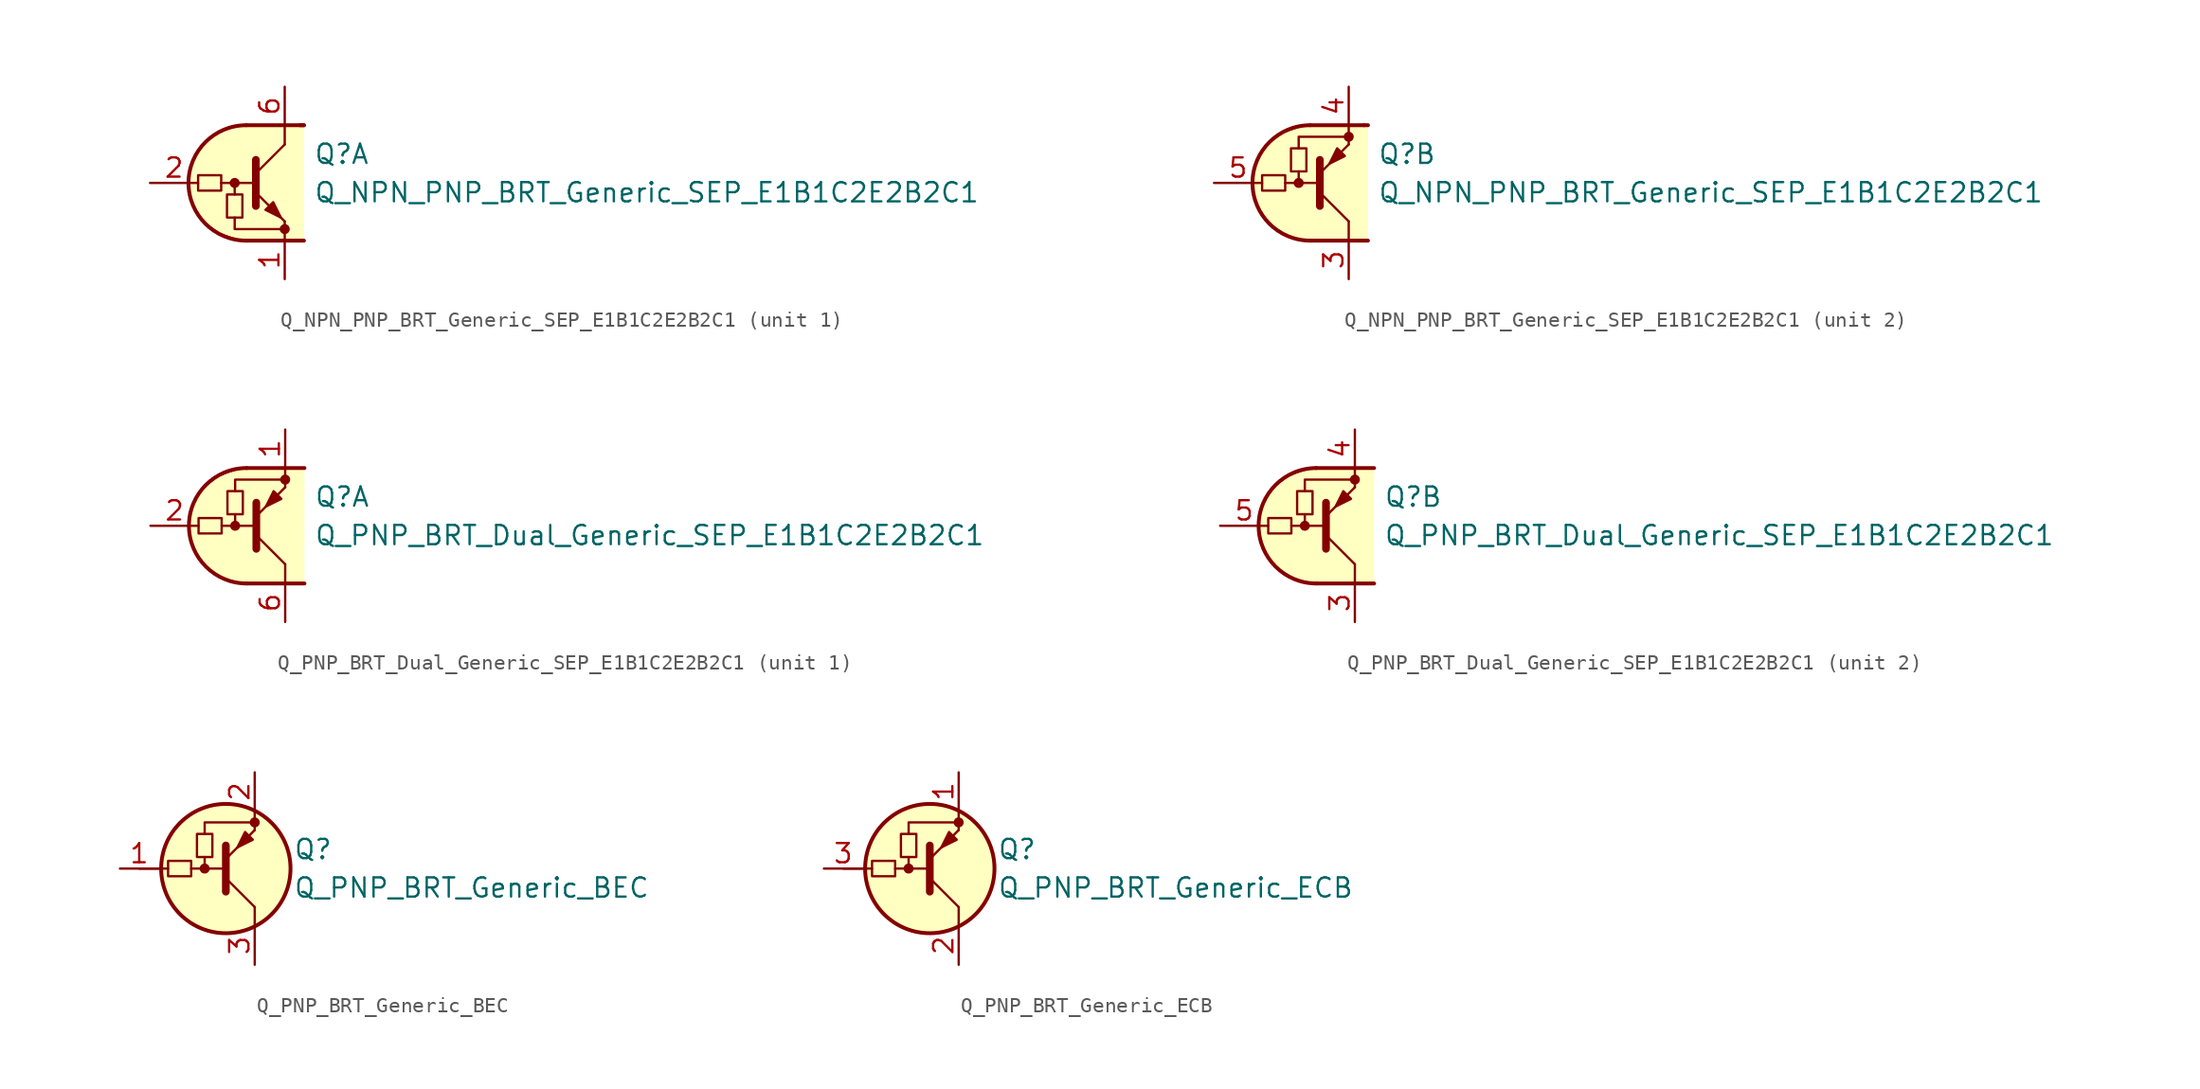
<source format=kicad_sym>
(kicad_symbol_lib
  (version 20211014)
  (generator kicad_symbol_editor)
  (symbol "Transistor_BJT_Pre-Biased:Q_NPN_PNP_BRT_Generic_SEP_E1B1C2E2B2C1"
    (pin_names
      (offset 1.016) hide)
    (property "Reference" "Q"
      (at 3.175 1.905 0)
      (effects (font (size 1.27 1.27)) (justify left)))
    (property "Value" "Q_NPN_PNP_BRT_Generic_SEP_E1B1C2E2B2C1"
      (at 3.175 -0.635 0)
      (effects (font (size 1.27 1.27)) (justify left)))
    (property "ki_locked" ""
      (at 0 0 0)
      (effects (font (size 1.27 1.27))))
    (symbol "Q_NPN_PNP_BRT_Generic_SEP_E1B1C2E2B2C1_0_1"
      (polyline (pts (xy 2.286 3.81) (xy 2.54 3.81)) (stroke (width 0.254) (type default) (color 0 0 0 0)) (fill (type none))))
    (symbol "Q_NPN_PNP_BRT_Generic_SEP_E1B1C2E2B2C1_1_1"
      (rectangle (start -4.445 0.508) (end -2.921 -0.508) (stroke (width 0) (type default) (color 0 0 0 0)) (fill (type none)))
      (rectangle (start -2.54 -2.286) (end -1.524 -0.762) (stroke (width 0) (type default) (color 0 0 0 0)) (fill (type none)))
      (circle (center -2.032 0) (radius 0.254) (stroke (width 0)) (stroke (width 0) (type default) (color 0 0 0 0)) (fill (type outline)))
      (arc (start -1.27 3.81) (mid -5.08 0) (end -1.27 -3.81) (stroke (width 0.254) (type default) (color 0 0 0 0)) (fill (type none)))
      (polyline (pts (xy -2.921 0) (xy -0.635 0)) (stroke (width 0) (type default) (color 0 0 0 0)) (fill (type none)))
      (polyline (pts (xy -2.032 -0.762) (xy -2.032 0)) (stroke (width 0) (type default) (color 0 0 0 0)) (fill (type none)))
      (polyline (pts (xy -1.27 -3.81) (xy 2.54 -3.81)) (stroke (width 0.254) (type default) (color 0 0 0 0)) (fill (type none)))
      (polyline (pts (xy -1.27 3.81) (xy 2.54 3.81)) (stroke (width 0.254) (type default) (color 0 0 0 0)) (fill (type none)))
      (polyline (pts (xy -0.635 0.635) (xy 1.27 2.54)) (stroke (width 0) (type default) (color 0 0 0 0)) (fill (type none)))
      (polyline (pts (xy -0.635 1.524) (xy -0.635 -1.524)) (stroke (width 0.508) (type default) (color 0 0 0 0)) (fill (type none)))
      (polyline (pts (xy 1.27 -3.81) (xy 1.27 -2.54)) (stroke (width 0) (type default) (color 0 0 0 0)) (fill (type none)))
      (polyline (pts (xy 1.27 2.54) (xy 1.27 3.81)) (stroke (width 0) (type default) (color 0 0 0 0)) (fill (type none)))
      (polyline (pts (xy -2.032 -2.286) (xy -2.032 -3.048) (xy 1.27 -3.048)) (stroke (width 0) (type default) (color 0 0 0 0)) (fill (type none)))
      (polyline (pts (xy -0.635 -0.635) (xy 1.27 -2.54) (xy 1.27 -2.54)) (stroke (width 0) (type default) (color 0 0 0 0)) (fill (type none)))
      (polyline (pts (xy 0 -1.778) (xy 0.508 -1.27) (xy 1.016 -2.286) (xy 0 -1.778) (xy 0 -1.778)) (stroke (width 0) (type default) (color 0 0 0 0)) (fill (type outline)))
      (polyline (pts (xy 2.54 3.81) (xy -1.524 3.81) (xy -3.302 3.302) (xy -4.064 2.54) (xy -4.826 1.524) (xy -5.08 0) (xy -4.826 -1.524) (xy -4.064 -2.54) (xy -3.048 -3.302) (xy -1.524 -3.81) (xy 2.54 -3.81)) (stroke (width 0.025) (type default) (color 0 0 0 0)) (fill (type background)))
      (circle (center 1.27 -3.048) (radius 0.254) (stroke (width 0)) (stroke (width 0) (type default) (color 0 0 0 0)) (fill (type outline)))
      (pin passive line (at 1.27 -6.35 90) (length 2.54) (name "E1" (effects (font (size 1.27 1.27)))) (number "1" (effects (font (size 1.27 1.27)))))
      (pin input line (at -7.62 0 0) (length 3.175) (name "B1" (effects (font (size 1.27 1.27)))) (number "2" (effects (font (size 1.27 1.27)))))
      (pin passive line (at 1.27 6.35 270) (length 2.54) (name "C1" (effects (font (size 1.27 1.27)))) (number "6" (effects (font (size 1.27 1.27))))))
    (symbol "Q_NPN_PNP_BRT_Generic_SEP_E1B1C2E2B2C1_2_1"
      (rectangle (start -4.445 -0.508) (end -2.921 0.508) (stroke (width 0) (type default) (color 0 0 0 0)) (fill (type none)))
      (rectangle (start -2.54 2.286) (end -1.524 0.762) (stroke (width 0) (type default) (color 0 0 0 0)) (fill (type none)))
      (circle (center -2.032 0) (radius 0.254) (stroke (width 0)) (stroke (width 0) (type default) (color 0 0 0 0)) (fill (type outline)))
      (arc (start -1.27 3.81) (mid -5.08 0) (end -1.27 -3.81) (stroke (width 0.254) (type default) (color 0 0 0 0)) (fill (type none)))
      (polyline (pts (xy -2.921 0) (xy -0.635 0)) (stroke (width 0) (type default) (color 0 0 0 0)) (fill (type none)))
      (polyline (pts (xy -2.032 0.762) (xy -2.032 0)) (stroke (width 0) (type default) (color 0 0 0 0)) (fill (type none)))
      (polyline (pts (xy -1.27 -3.81) (xy 2.54 -3.81)) (stroke (width 0.254) (type default) (color 0 0 0 0)) (fill (type none)))
      (polyline (pts (xy -1.27 3.81) (xy 2.286 3.81)) (stroke (width 0.254) (type default) (color 0 0 0 0)) (fill (type none)))
      (polyline (pts (xy -0.635 -1.524) (xy -0.635 1.524)) (stroke (width 0.508) (type default) (color 0 0 0 0)) (fill (type none)))
      (polyline (pts (xy -0.635 -0.635) (xy 1.27 -2.54)) (stroke (width 0) (type default) (color 0 0 0 0)) (fill (type none)))
      (polyline (pts (xy 1.27 -2.54) (xy 1.27 -3.81)) (stroke (width 0) (type default) (color 0 0 0 0)) (fill (type none)))
      (polyline (pts (xy 1.27 3.81) (xy 1.27 2.54)) (stroke (width 0) (type default) (color 0 0 0 0)) (fill (type none)))
      (polyline (pts (xy -2.032 2.286) (xy -2.032 3.048) (xy 1.27 3.048)) (stroke (width 0) (type default) (color 0 0 0 0)) (fill (type none)))
      (polyline (pts (xy -0.635 0.635) (xy 1.27 2.54) (xy 1.27 2.54)) (stroke (width 0) (type default) (color 0 0 0 0)) (fill (type none)))
      (polyline (pts (xy 1.016 1.778) (xy 0.508 2.286) (xy 0 1.27) (xy 1.016 1.778) (xy 1.016 1.778)) (stroke (width 0) (type default) (color 0 0 0 0)) (fill (type outline)))
      (polyline (pts (xy 2.54 -3.81) (xy -1.524 -3.81) (xy -3.302 -3.302) (xy -4.064 -2.54) (xy -4.826 -1.524) (xy -5.08 0) (xy -4.826 1.524) (xy -4.064 2.54) (xy -3.048 3.302) (xy -1.524 3.81) (xy 2.54 3.81)) (stroke (width 0.025) (type default) (color 0 0 0 0)) (fill (type background)))
      (circle (center 1.27 3.048) (radius 0.254) (stroke (width 0)) (stroke (width 0) (type default) (color 0 0 0 0)) (fill (type outline)))
      (pin passive line (at 1.27 -6.35 90) (length 2.54) (name "C2" (effects (font (size 1.27 1.27)))) (number "3" (effects (font (size 1.27 1.27)))))
      (pin passive line (at 1.27 6.35 270) (length 2.54) (name "E2" (effects (font (size 1.27 1.27)))) (number "4" (effects (font (size 1.27 1.27)))))
      (pin input line (at -7.62 0 0) (length 3.175) (name "B2" (effects (font (size 1.27 1.27)))) (number "5" (effects (font (size 1.27 1.27)))))))
  (symbol "Transistor_BJT_Pre-Biased:Q_PNP_BRT_Dual_Generic_SEP_E1B1C2E2B2C1"
    (pin_names
      (offset 1.016) hide)
    (property "Reference" "Q"
      (at 3.175 1.905 0)
      (effects (font (size 1.27 1.27)) (justify left)))
    (property "Value" "Q_PNP_BRT_Dual_Generic_SEP_E1B1C2E2B2C1"
      (at 3.175 -0.635 0)
      (effects (font (size 1.27 1.27)) (justify left)))
    (property "ki_locked" ""
      (at 0 0 0)
      (effects (font (size 1.27 1.27))))
    (symbol "Q_PNP_BRT_Dual_Generic_SEP_E1B1C2E2B2C1_1_1"
      (rectangle (start -4.445 -0.508) (end -2.921 0.508) (stroke (width 0) (type default) (color 0 0 0 0)) (fill (type none)))
      (rectangle (start -2.54 2.286) (end -1.524 0.762) (stroke (width 0) (type default) (color 0 0 0 0)) (fill (type none)))
      (circle (center -2.032 0) (radius 0.254) (stroke (width 0)) (stroke (width 0) (type default) (color 0 0 0 0)) (fill (type outline)))
      (arc (start -1.27 3.81) (mid -5.08 0) (end -1.27 -3.81) (stroke (width 0.254) (type default) (color 0 0 0 0)) (fill (type none)))
      (polyline (pts (xy -2.921 0) (xy -0.635 0)) (stroke (width 0) (type default) (color 0 0 0 0)) (fill (type none)))
      (polyline (pts (xy -2.032 0.762) (xy -2.032 0)) (stroke (width 0) (type default) (color 0 0 0 0)) (fill (type none)))
      (polyline (pts (xy -1.27 -3.81) (xy 2.54 -3.81)) (stroke (width 0.254) (type default) (color 0 0 0 0)) (fill (type none)))
      (polyline (pts (xy -1.27 3.81) (xy 2.54 3.81)) (stroke (width 0.254) (type default) (color 0 0 0 0)) (fill (type none)))
      (polyline (pts (xy -0.635 -1.524) (xy -0.635 1.524)) (stroke (width 0.508) (type default) (color 0 0 0 0)) (fill (type none)))
      (polyline (pts (xy -0.635 -0.635) (xy 1.27 -2.54)) (stroke (width 0) (type default) (color 0 0 0 0)) (fill (type none)))
      (polyline (pts (xy 1.27 -2.54) (xy 1.27 -3.81)) (stroke (width 0) (type default) (color 0 0 0 0)) (fill (type none)))
      (polyline (pts (xy 1.27 3.81) (xy 1.27 2.54)) (stroke (width 0) (type default) (color 0 0 0 0)) (fill (type none)))
      (polyline (pts (xy -2.032 2.286) (xy -2.032 3.048) (xy 1.27 3.048)) (stroke (width 0) (type default) (color 0 0 0 0)) (fill (type none)))
      (polyline (pts (xy -0.635 0.635) (xy 1.27 2.54) (xy 1.27 2.54)) (stroke (width 0) (type default) (color 0 0 0 0)) (fill (type none)))
      (polyline (pts (xy 1.016 1.778) (xy 0.508 2.286) (xy 0 1.27) (xy 1.016 1.778) (xy 1.016 1.778)) (stroke (width 0) (type default) (color 0 0 0 0)) (fill (type outline)))
      (polyline (pts (xy 2.54 -3.81) (xy -1.524 -3.81) (xy -3.302 -3.302) (xy -4.064 -2.54) (xy -4.826 -1.524) (xy -5.08 0) (xy -4.826 1.524) (xy -4.064 2.54) (xy -3.048 3.302) (xy -1.524 3.81) (xy 2.54 3.81)) (stroke (width 0.025) (type default) (color 0 0 0 0)) (fill (type background)))
      (circle (center 1.27 3.048) (radius 0.254) (stroke (width 0)) (stroke (width 0) (type default) (color 0 0 0 0)) (fill (type outline)))
      (pin passive line (at 1.27 6.35 270) (length 2.54) (name "E1" (effects (font (size 1.27 1.27)))) (number "1" (effects (font (size 1.27 1.27)))))
      (pin input line (at -7.62 0 0) (length 3.175) (name "B1" (effects (font (size 1.27 1.27)))) (number "2" (effects (font (size 1.27 1.27)))))
      (pin passive line (at 1.27 -6.35 90) (length 2.54) (name "C1" (effects (font (size 1.27 1.27)))) (number "6" (effects (font (size 1.27 1.27))))))
    (symbol "Q_PNP_BRT_Dual_Generic_SEP_E1B1C2E2B2C1_2_1"
      (rectangle (start -4.445 -0.508) (end -2.921 0.508) (stroke (width 0) (type default) (color 0 0 0 0)) (fill (type none)))
      (rectangle (start -2.54 2.286) (end -1.524 0.762) (stroke (width 0) (type default) (color 0 0 0 0)) (fill (type none)))
      (circle (center -2.032 0) (radius 0.254) (stroke (width 0)) (stroke (width 0) (type default) (color 0 0 0 0)) (fill (type outline)))
      (arc (start -1.27 3.81) (mid -5.08 0) (end -1.27 -3.81) (stroke (width 0.254) (type default) (color 0 0 0 0)) (fill (type none)))
      (polyline (pts (xy -2.921 0) (xy -0.635 0)) (stroke (width 0) (type default) (color 0 0 0 0)) (fill (type none)))
      (polyline (pts (xy -2.032 0.762) (xy -2.032 0)) (stroke (width 0) (type default) (color 0 0 0 0)) (fill (type none)))
      (polyline (pts (xy -1.27 -3.81) (xy 2.54 -3.81)) (stroke (width 0.254) (type default) (color 0 0 0 0)) (fill (type none)))
      (polyline (pts (xy -1.27 3.81) (xy 2.54 3.81)) (stroke (width 0.254) (type default) (color 0 0 0 0)) (fill (type none)))
      (polyline (pts (xy -0.635 -1.524) (xy -0.635 1.524)) (stroke (width 0.508) (type default) (color 0 0 0 0)) (fill (type none)))
      (polyline (pts (xy -0.635 -0.635) (xy 1.27 -2.54)) (stroke (width 0) (type default) (color 0 0 0 0)) (fill (type none)))
      (polyline (pts (xy 1.27 -2.54) (xy 1.27 -3.81)) (stroke (width 0) (type default) (color 0 0 0 0)) (fill (type none)))
      (polyline (pts (xy 1.27 3.81) (xy 1.27 2.54)) (stroke (width 0) (type default) (color 0 0 0 0)) (fill (type none)))
      (polyline (pts (xy -2.032 2.286) (xy -2.032 3.048) (xy 1.27 3.048)) (stroke (width 0) (type default) (color 0 0 0 0)) (fill (type none)))
      (polyline (pts (xy -0.635 0.635) (xy 1.27 2.54) (xy 1.27 2.54)) (stroke (width 0) (type default) (color 0 0 0 0)) (fill (type none)))
      (polyline (pts (xy 1.016 1.778) (xy 0.508 2.286) (xy 0 1.27) (xy 1.016 1.778) (xy 1.016 1.778)) (stroke (width 0) (type default) (color 0 0 0 0)) (fill (type outline)))
      (polyline (pts (xy 2.54 -3.81) (xy -1.524 -3.81) (xy -3.302 -3.302) (xy -4.064 -2.54) (xy -4.826 -1.524) (xy -5.08 0) (xy -4.826 1.524) (xy -4.064 2.54) (xy -3.048 3.302) (xy -1.524 3.81) (xy 2.54 3.81)) (stroke (width 0.025) (type default) (color 0 0 0 0)) (fill (type background)))
      (circle (center 1.27 3.048) (radius 0.254) (stroke (width 0)) (stroke (width 0) (type default) (color 0 0 0 0)) (fill (type outline)))
      (pin passive line (at 1.27 -6.35 90) (length 2.54) (name "C2" (effects (font (size 1.27 1.27)))) (number "3" (effects (font (size 1.27 1.27)))))
      (pin passive line (at 1.27 6.35 270) (length 2.54) (name "E2" (effects (font (size 1.27 1.27)))) (number "4" (effects (font (size 1.27 1.27)))))
      (pin input line (at -7.62 0 0) (length 3.175) (name "B2" (effects (font (size 1.27 1.27)))) (number "5" (effects (font (size 1.27 1.27)))))))
  (symbol "Transistor_BJT_Pre-Biased:Q_PNP_BRT_Generic_BEC"
    (pin_names hide)
    (property "Reference" "Q"
      (at 3.81 1.27 0)
      (effects (font (size 1.27 1.27)) (justify left)))
    (property "Value" "Q_PNP_BRT_Generic_BEC"
      (at 3.81 -1.27 0)
      (effects (font (size 1.27 1.27)) (justify left)))
    (symbol "Q_PNP_BRT_Generic_BEC_0_1"
      (rectangle (start -4.445 -0.508) (end -2.921 0.508) (stroke (width 0) (type default) (color 0 0 0 0)) (fill (type none)))
      (rectangle (start -2.54 2.286) (end -1.524 0.762) (stroke (width 0) (type default) (color 0 0 0 0)) (fill (type none)))
      (circle (center -2.032 0) (radius 0.254) (stroke (width 0)) (stroke (width 0) (type default) (color 0 0 0 0)) (fill (type outline)))
      (circle (center -0.635 0) (radius 4.267) (stroke (width 0.254)) (stroke (width 0.254) (type default) (color 0 0 0 0)) (fill (type background)))
      (polyline (pts (xy -4.445 0) (xy -6.35 0)) (stroke (width 0) (type default) (color 0 0 0 0)) (fill (type none)))
      (polyline (pts (xy -2.921 0) (xy -0.635 0)) (stroke (width 0) (type default) (color 0 0 0 0)) (fill (type none)))
      (polyline (pts (xy -2.032 0.762) (xy -2.032 0)) (stroke (width 0) (type default) (color 0 0 0 0)) (fill (type none)))
      (polyline (pts (xy -0.635 -1.524) (xy -0.635 1.524)) (stroke (width 0.508) (type default) (color 0 0 0 0)) (fill (type none)))
      (polyline (pts (xy 1.27 -2.54) (xy 1.27 -3.81)) (stroke (width 0) (type default) (color 0 0 0 0)) (fill (type none)))
      (polyline (pts (xy 1.27 3.81) (xy 1.27 2.54)) (stroke (width 0) (type default) (color 0 0 0 0)) (fill (type none)))
      (polyline (pts (xy -2.032 2.286) (xy -2.032 3.048) (xy 1.27 3.048)) (stroke (width 0) (type default) (color 0 0 0 0)) (fill (type none)))
      (circle (center 1.27 3.048) (radius 0.254) (stroke (width 0)) (stroke (width 0) (type default) (color 0 0 0 0)) (fill (type outline))))
    (symbol "Q_PNP_BRT_Generic_BEC_1_1"
      (polyline (pts (xy -0.635 -0.635) (xy 1.27 -2.54)) (stroke (width 0) (type default) (color 0 0 0 0)) (fill (type none)))
      (polyline (pts (xy -0.635 0.635) (xy 1.27 2.54) (xy 1.27 2.54)) (stroke (width 0) (type default) (color 0 0 0 0)) (fill (type none)))
      (polyline (pts (xy 1.143 1.905) (xy 0.635 2.413) (xy 0.127 1.397) (xy 1.143 1.905) (xy 1.143 1.905)) (stroke (width 0) (type default) (color 0 0 0 0)) (fill (type outline)))
      (pin input line (at -7.62 0 0) (length 2.54) (name "B" (effects (font (size 1.27 1.27)))) (number "1" (effects (font (size 1.27 1.27)))))
      (pin passive line (at 1.27 6.35 270) (length 2.54) (name "E" (effects (font (size 1.27 1.27)))) (number "2" (effects (font (size 1.27 1.27)))))
      (pin passive line (at 1.27 -6.35 90) (length 2.54) (name "C" (effects (font (size 1.27 1.27)))) (number "3" (effects (font (size 1.27 1.27)))))))
  (symbol "Transistor_BJT_Pre-Biased:Q_PNP_BRT_Generic_ECB"
    (pin_names hide)
    (property "Reference" "Q"
      (at 3.81 1.27 0)
      (effects (font (size 1.27 1.27)) (justify left)))
    (property "Value" "Q_PNP_BRT_Generic_ECB"
      (at 3.81 -1.27 0)
      (effects (font (size 1.27 1.27)) (justify left)))
    (symbol "Q_PNP_BRT_Generic_ECB_0_1"
      (rectangle (start -4.445 -0.508) (end -2.921 0.508) (stroke (width 0) (type default) (color 0 0 0 0)) (fill (type none)))
      (rectangle (start -2.54 2.286) (end -1.524 0.762) (stroke (width 0) (type default) (color 0 0 0 0)) (fill (type none)))
      (circle (center -2.032 0) (radius 0.254) (stroke (width 0)) (stroke (width 0) (type default) (color 0 0 0 0)) (fill (type outline)))
      (circle (center -0.635 0) (radius 4.267) (stroke (width 0.254)) (stroke (width 0.254) (type default) (color 0 0 0 0)) (fill (type background)))
      (polyline (pts (xy -4.445 0) (xy -6.35 0)) (stroke (width 0) (type default) (color 0 0 0 0)) (fill (type none)))
      (polyline (pts (xy -2.921 0) (xy -0.635 0)) (stroke (width 0) (type default) (color 0 0 0 0)) (fill (type none)))
      (polyline (pts (xy -2.032 0.762) (xy -2.032 0)) (stroke (width 0) (type default) (color 0 0 0 0)) (fill (type none)))
      (polyline (pts (xy -0.635 -1.524) (xy -0.635 1.524)) (stroke (width 0.508) (type default) (color 0 0 0 0)) (fill (type none)))
      (polyline (pts (xy 1.27 -2.54) (xy 1.27 -3.81)) (stroke (width 0) (type default) (color 0 0 0 0)) (fill (type none)))
      (polyline (pts (xy 1.27 3.81) (xy 1.27 2.54)) (stroke (width 0) (type default) (color 0 0 0 0)) (fill (type none)))
      (polyline (pts (xy -2.032 2.286) (xy -2.032 3.048) (xy 1.27 3.048)) (stroke (width 0) (type default) (color 0 0 0 0)) (fill (type none)))
      (circle (center 1.27 3.048) (radius 0.254) (stroke (width 0)) (stroke (width 0) (type default) (color 0 0 0 0)) (fill (type outline))))
    (symbol "Q_PNP_BRT_Generic_ECB_1_1"
      (polyline (pts (xy -0.635 -0.635) (xy 1.27 -2.54)) (stroke (width 0) (type default) (color 0 0 0 0)) (fill (type none)))
      (polyline (pts (xy -0.635 0.635) (xy 1.27 2.54) (xy 1.27 2.54)) (stroke (width 0) (type default) (color 0 0 0 0)) (fill (type none)))
      (polyline (pts (xy 1.143 1.905) (xy 0.635 2.413) (xy 0.127 1.397) (xy 1.143 1.905) (xy 1.143 1.905)) (stroke (width 0) (type default) (color 0 0 0 0)) (fill (type outline)))
      (pin passive line (at 1.27 6.35 270) (length 2.54) (name "E" (effects (font (size 1.27 1.27)))) (number "1" (effects (font (size 1.27 1.27)))))
      (pin passive line (at 1.27 -6.35 90) (length 2.54) (name "C" (effects (font (size 1.27 1.27)))) (number "2" (effects (font (size 1.27 1.27)))))
      (pin input line (at -7.62 0 0) (length 2.54) (name "B" (effects (font (size 1.27 1.27)))) (number "3" (effects (font (size 1.27 1.27))))))))
</source>
